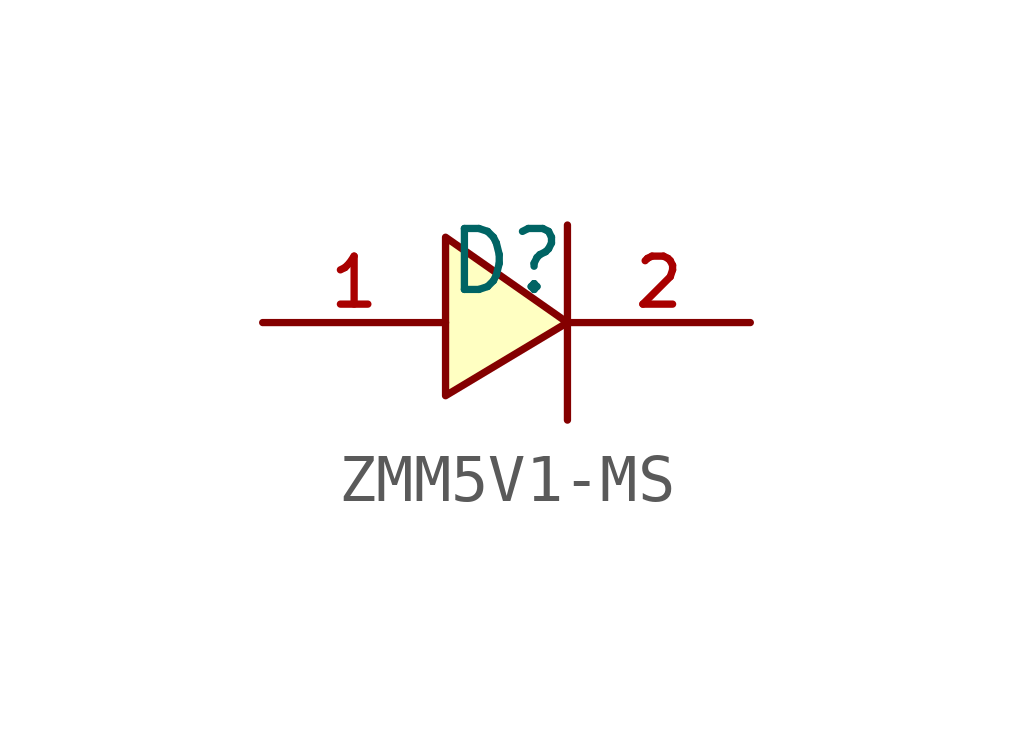
<source format=kicad_sym>
(kicad_symbol_lib
  (version 20210201)
  (generator TousstNicolas/JLC2KiCad_lib)
  (symbol "ZMM5V1-MS"
    (pin_names hide)
    (property "Reference" "D"
      (at 0 1.27 0)
      (effects (font (size 1.27 1.27))))
    (symbol "ZMM5V1-MS_0_1"
      (pin unspecified line (at 5.08 -0.0 180) (length 3.81) (name "C" (effects (font (size 1 1)))) (number "2" (effects (font (size 1 1)))))
      (pin unspecified line (at -5.08 -0.0 0) (length 3.81) (name "A" (effects (font (size 1 1)))) (number "1" (effects (font (size 1 1)))))
      (polyline (pts (xy 1.27 2.032) (xy 1.27 -2.032)) (stroke (width 0) (type default) (color 0 0 0 0)) (fill (type none)))
      (polyline (pts (xy -1.27 -1.524) (xy 1.27 -0.0) (xy -1.27 1.778) (xy -1.27 -1.524)) (stroke (width 0) (type default) (color 0 0 0 0)) (fill (type background))))))
</source>
